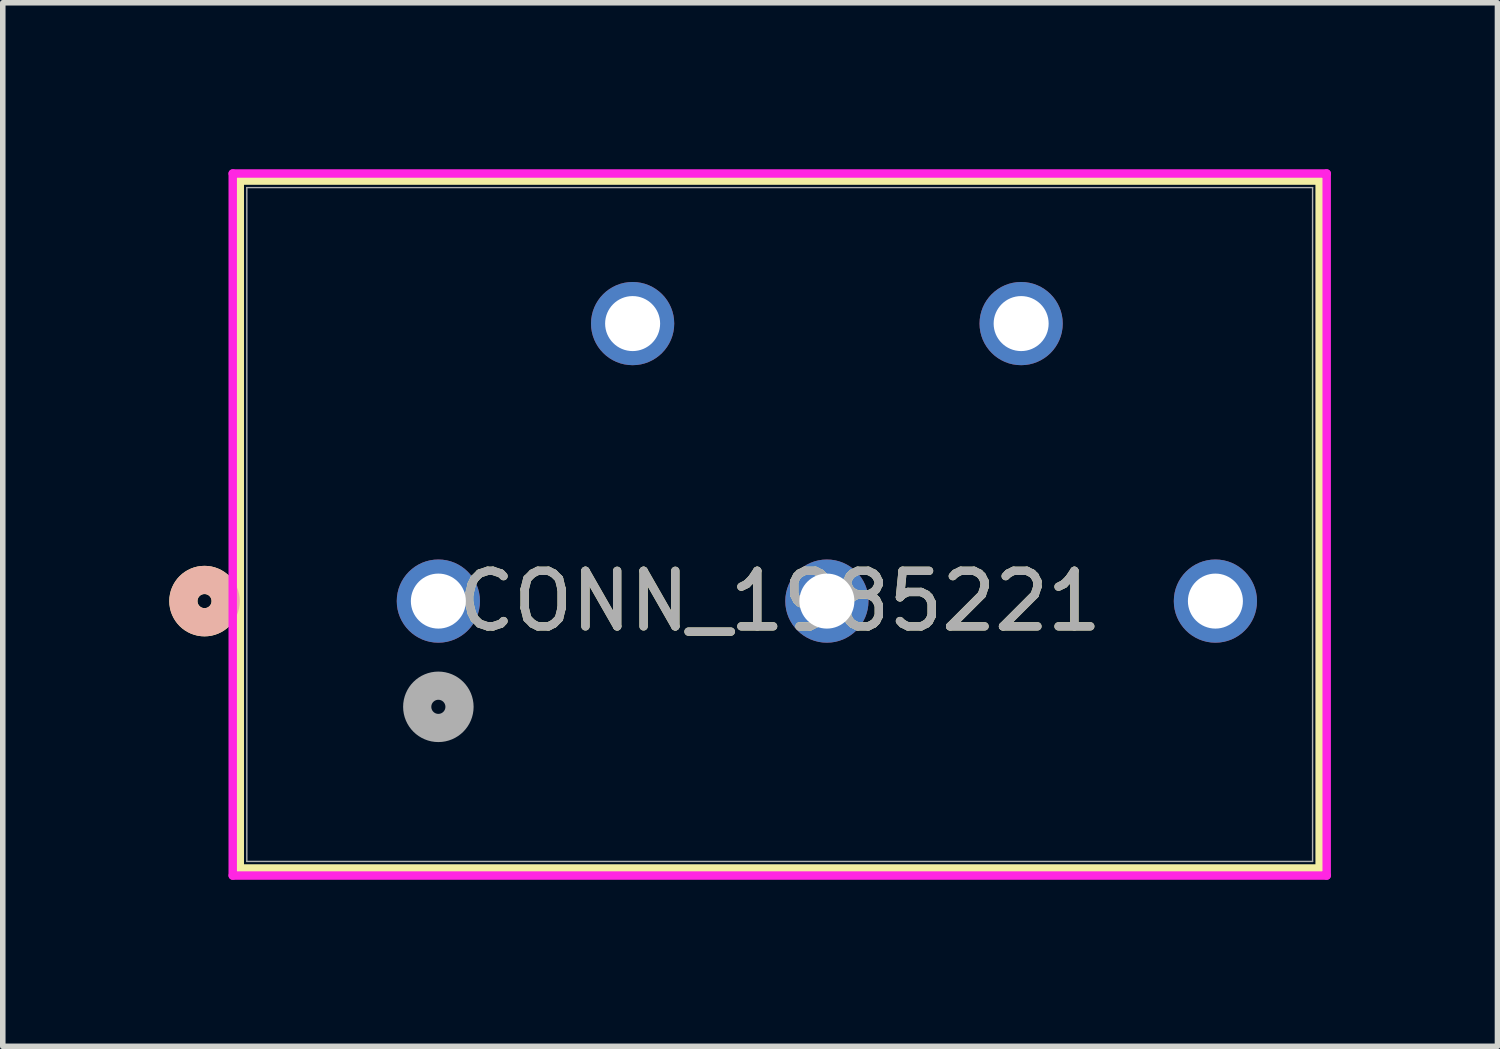
<source format=kicad_pcb>
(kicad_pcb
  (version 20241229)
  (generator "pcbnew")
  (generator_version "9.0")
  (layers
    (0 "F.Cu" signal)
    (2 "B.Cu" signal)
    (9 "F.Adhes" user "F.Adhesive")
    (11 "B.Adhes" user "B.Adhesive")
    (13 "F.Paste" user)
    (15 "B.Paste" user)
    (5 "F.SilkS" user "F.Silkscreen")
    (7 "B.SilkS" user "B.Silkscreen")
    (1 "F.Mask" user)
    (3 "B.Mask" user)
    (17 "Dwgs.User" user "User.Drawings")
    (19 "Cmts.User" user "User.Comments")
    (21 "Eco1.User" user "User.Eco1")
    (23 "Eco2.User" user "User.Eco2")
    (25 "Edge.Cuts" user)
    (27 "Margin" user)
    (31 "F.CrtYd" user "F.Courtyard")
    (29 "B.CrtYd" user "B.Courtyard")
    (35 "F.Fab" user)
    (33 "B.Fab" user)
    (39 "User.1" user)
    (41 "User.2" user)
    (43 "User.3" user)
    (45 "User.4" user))
  (footprint "CONN_1985221"
    (layer "F.Cu")
    (at 17.148 7.78)
    (property "Reference" "CONN_1985221" (at -6.15 0 0) (unlocked yes) (layer "F.SilkS") (effects (font (size 1 1) (thickness 0.15))))
    (attr through_hole)
    (fp_line (start -15.878 -7.577) (end -15.878 4.818) (stroke (width 0.152) (type solid)) (layer "F.SilkS"))
    (fp_line (start -15.878 4.818) (end 3.578 4.818) (stroke (width 0.152) (type solid)) (layer "F.SilkS"))
    (fp_line (start 3.578 -7.577) (end -15.878 -7.577) (stroke (width 0.152) (type solid)) (layer "F.SilkS"))
    (fp_line (start 3.578 4.818) (end 3.578 -7.577) (stroke (width 0.152) (type solid)) (layer "F.SilkS"))
    (fp_circle (center -16.513 0) (end -16.132 0) (stroke (width 0.508) (type solid)) (fill no) (layer "F.SilkS"))
    (fp_circle (center -16.513 0) (end -16.132 0) (stroke (width 0.508) (type solid)) (fill no) (layer "B.SilkS"))
    (fp_line (start -16.005 -7.704) (end -16.005 4.945) (stroke (width 0.152) (type solid)) (layer "F.CrtYd"))
    (fp_line (start -16.005 4.945) (end 3.705 4.945) (stroke (width 0.152) (type solid)) (layer "F.CrtYd"))
    (fp_line (start 3.705 -7.704) (end -16.005 -7.704) (stroke (width 0.152) (type solid)) (layer "F.CrtYd"))
    (fp_line (start 3.705 4.945) (end 3.705 -7.704) (stroke (width 0.152) (type solid)) (layer "F.CrtYd"))
    (fp_line (start -15.751 -7.45) (end -15.751 4.691) (stroke (width 0.025) (type solid)) (layer "F.Fab"))
    (fp_line (start -15.751 4.691) (end 3.451 4.691) (stroke (width 0.025) (type solid)) (layer "F.Fab"))
    (fp_line (start 3.451 -7.45) (end -15.751 -7.45) (stroke (width 0.025) (type solid)) (layer "F.Fab"))
    (fp_line (start 3.451 4.691) (end 3.451 -7.45) (stroke (width 0.025) (type solid)) (layer "F.Fab"))
    (fp_circle (center -12.3 1.905) (end -11.919 1.905) (stroke (width 0.508) (type solid)) (fill no) (layer "F.Fab"))
    (fp_text user "${REFERENCE}" (at -6.15 0 0) (unlocked yes) (layer "F.Fab") (effects (font (size 1 1) (thickness 0.15))))
    (pad "1" thru_hole circle (at -12.3 0) (size 1.499 1.499) (drill 0.991) (layers "*.Cu" "*.Mask"))
    (pad "2" thru_hole circle (at -8.8 -5) (size 1.499 1.499) (drill 0.991) (layers "*.Cu" "*.Mask"))
    (pad "3" thru_hole circle (at -5.3 0) (size 1.499 1.499) (drill 0.991) (layers "*.Cu" "*.Mask"))
    (pad "4" thru_hole circle (at -1.8 -5) (size 1.499 1.499) (drill 0.991) (layers "*.Cu" "*.Mask"))
    (pad "5" thru_hole circle (at 1.7 0) (size 1.499 1.499) (drill 0.991) (layers "*.Cu" "*.Mask")))
  (gr_rect
    (start -3 -3)
    (end 23.93 15.802)
    (stroke (width 0.1) (type default))
    (fill no)
    (layer "Edge.Cuts")))
</source>
